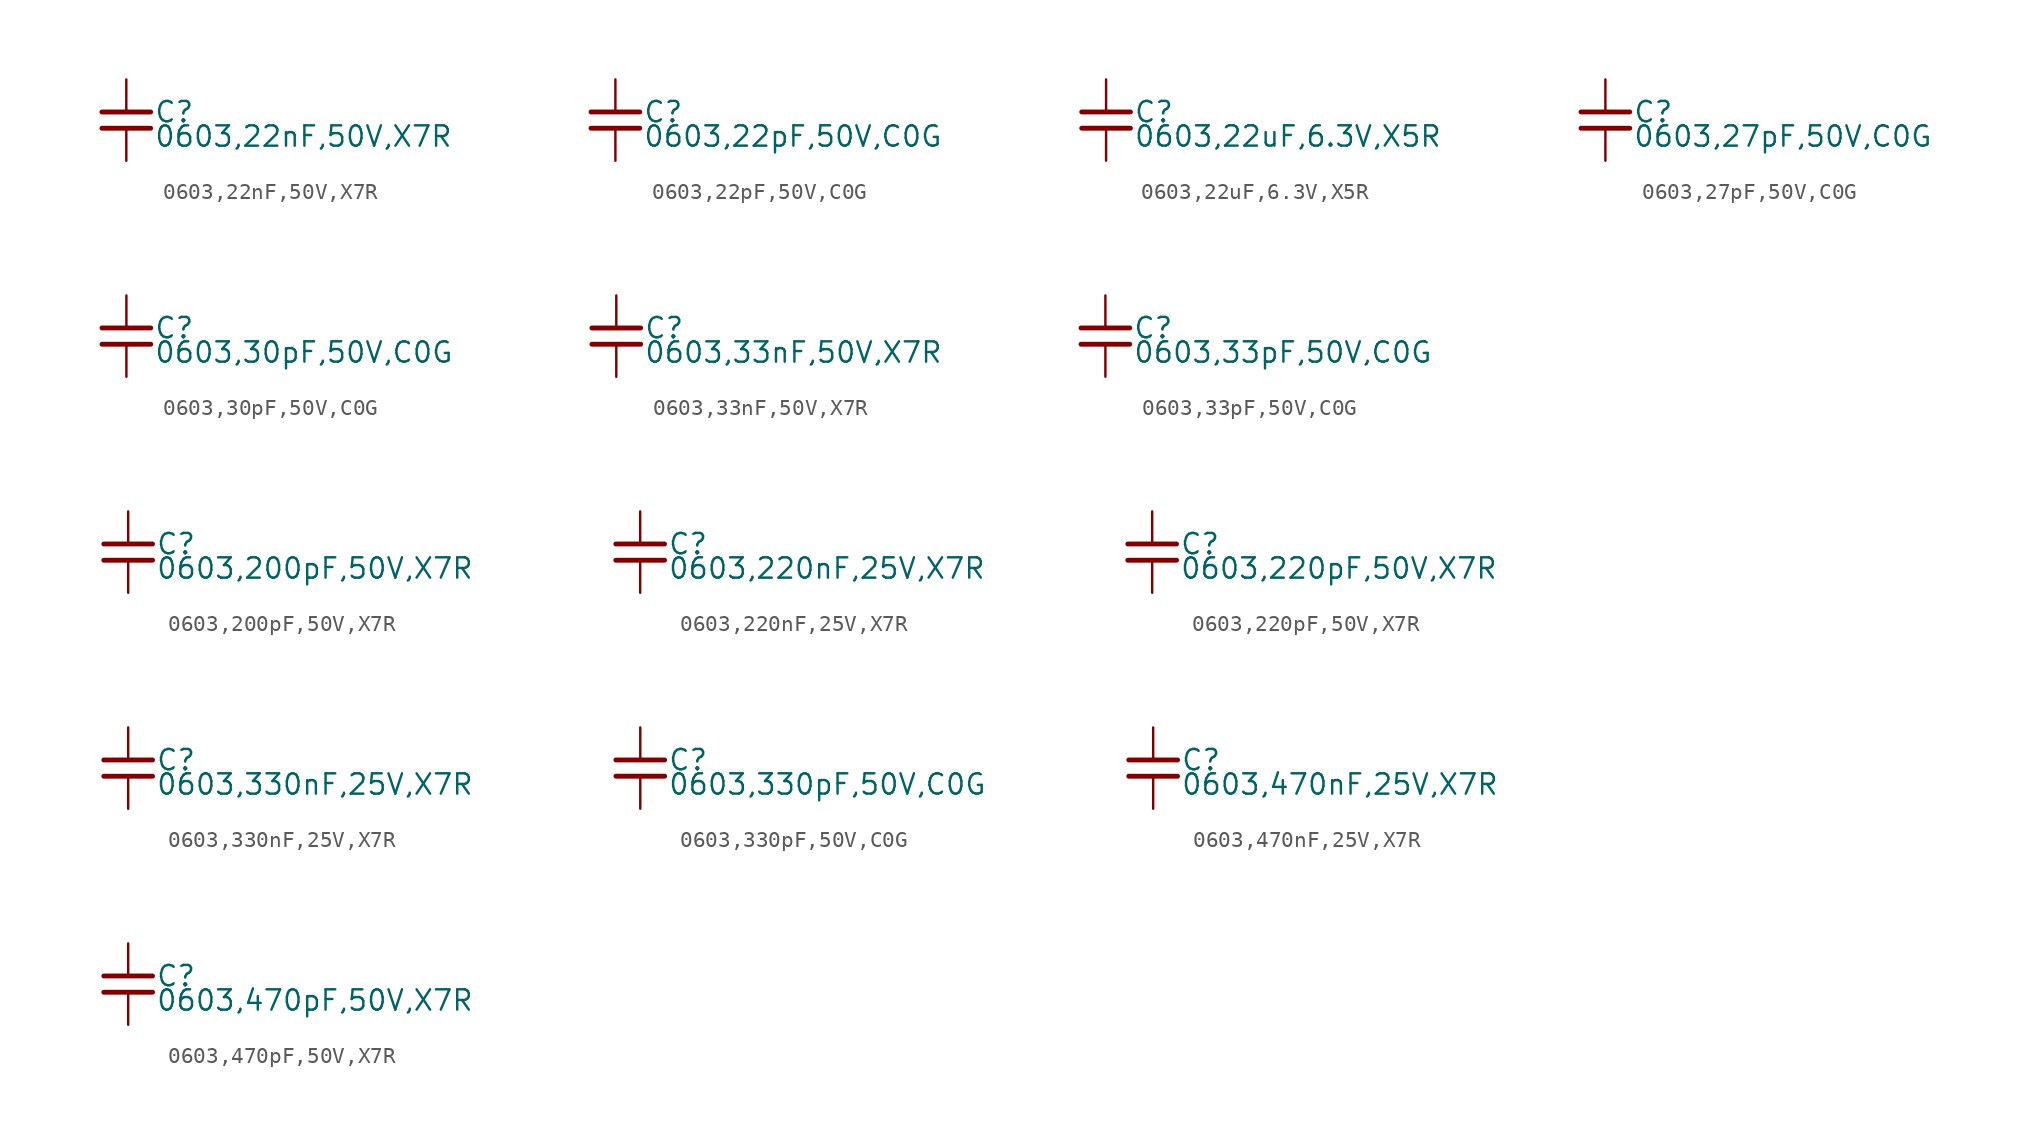
<source format=kicad_sym>
(kicad_symbol_lib
  (version 20231120)
  (generator "kicad_symbol_editor")
  (generator_version "8.0")
  (symbol "0603,22nF,50V,X7R "
    (property "Reference" "C"
      (at 1.71 0.508 0)
      (effects (font (size 1.27 1.27)) (justify left)))
    (property "Value" "0603,22nF,50V,X7R "
      (at 1.71 -1.016 0)
      (effects (font (size 1.27 1.27)) (justify left)))
    (property "ki_locked" ""
      (at 0 0 0)
      (effects (font (size 1.27 1.27))))
    (symbol "0603,22nF,50V,X7R _0_0"
      (polyline (pts (xy -1.524 -0.508) (xy 1.524 -0.508)) (stroke (width 0.305) (type default)) (fill (type none)))
      (polyline (pts (xy -1.524 0.508) (xy 1.524 0.508)) (stroke (width 0.305) (type default)) (fill (type none)))
      (pin passive line (at 0 2.54 270) (length 2.032) (name "~" (effects (font (size 0 0)))) (number "1" (effects (font (size 0 0)))))
      (pin passive line (at 0 -2.54 90) (length 2.032) (name "~" (effects (font (size 0 0)))) (number "2" (effects (font (size 0 0)))))))
  (symbol "0603,22pF,50V,C0G "
    (property "Reference" "C"
      (at 1.71 0.508 0)
      (effects (font (size 1.27 1.27)) (justify left)))
    (property "Value" "0603,22pF,50V,C0G "
      (at 1.71 -1.016 0)
      (effects (font (size 1.27 1.27)) (justify left)))
    (property "ki_locked" ""
      (at 0 0 0)
      (effects (font (size 1.27 1.27))))
    (symbol "0603,22pF,50V,C0G _0_0"
      (polyline (pts (xy -1.524 -0.508) (xy 1.524 -0.508)) (stroke (width 0.305) (type default)) (fill (type none)))
      (polyline (pts (xy -1.524 0.508) (xy 1.524 0.508)) (stroke (width 0.305) (type default)) (fill (type none)))
      (pin passive line (at 0 2.54 270) (length 2.032) (name "~" (effects (font (size 0 0)))) (number "1" (effects (font (size 0 0)))))
      (pin passive line (at 0 -2.54 90) (length 2.032) (name "~" (effects (font (size 0 0)))) (number "2" (effects (font (size 0 0)))))))
  (symbol "0603,22uF,6.3V,X5R "
    (property "Reference" "C"
      (at 1.71 0.508 0)
      (effects (font (size 1.27 1.27)) (justify left)))
    (property "Value" "0603,22uF,6.3V,X5R "
      (at 1.71 -1.016 0)
      (effects (font (size 1.27 1.27)) (justify left)))
    (property "ki_locked" ""
      (at 0 0 0)
      (effects (font (size 1.27 1.27))))
    (symbol "0603,22uF,6.3V,X5R _0_0"
      (polyline (pts (xy -1.524 -0.508) (xy 1.524 -0.508)) (stroke (width 0.305) (type default)) (fill (type none)))
      (polyline (pts (xy -1.524 0.508) (xy 1.524 0.508)) (stroke (width 0.305) (type default)) (fill (type none)))
      (pin passive line (at 0 2.54 270) (length 2.032) (name "~" (effects (font (size 0 0)))) (number "1" (effects (font (size 0 0)))))
      (pin passive line (at 0 -2.54 90) (length 2.032) (name "~" (effects (font (size 0 0)))) (number "2" (effects (font (size 0 0)))))))
  (symbol "0603,27pF,50V,C0G "
    (property "Reference" "C"
      (at 1.71 0.508 0)
      (effects (font (size 1.27 1.27)) (justify left)))
    (property "Value" "0603,27pF,50V,C0G "
      (at 1.71 -1.016 0)
      (effects (font (size 1.27 1.27)) (justify left)))
    (property "ki_locked" ""
      (at 0 0 0)
      (effects (font (size 1.27 1.27))))
    (symbol "0603,27pF,50V,C0G _0_0"
      (polyline (pts (xy -1.524 -0.508) (xy 1.524 -0.508)) (stroke (width 0.305) (type default)) (fill (type none)))
      (polyline (pts (xy -1.524 0.508) (xy 1.524 0.508)) (stroke (width 0.305) (type default)) (fill (type none)))
      (pin passive line (at 0 2.54 270) (length 2.032) (name "~" (effects (font (size 0 0)))) (number "1" (effects (font (size 0 0)))))
      (pin passive line (at 0 -2.54 90) (length 2.032) (name "~" (effects (font (size 0 0)))) (number "2" (effects (font (size 0 0)))))))
  (symbol "0603,30pF,50V,C0G "
    (property "Reference" "C"
      (at 1.71 0.508 0)
      (effects (font (size 1.27 1.27)) (justify left)))
    (property "Value" "0603,30pF,50V,C0G "
      (at 1.71 -1.016 0)
      (effects (font (size 1.27 1.27)) (justify left)))
    (property "ki_locked" ""
      (at 0 0 0)
      (effects (font (size 1.27 1.27))))
    (symbol "0603,30pF,50V,C0G _0_0"
      (polyline (pts (xy -1.524 -0.508) (xy 1.524 -0.508)) (stroke (width 0.305) (type default)) (fill (type none)))
      (polyline (pts (xy -1.524 0.508) (xy 1.524 0.508)) (stroke (width 0.305) (type default)) (fill (type none)))
      (pin passive line (at 0 2.54 270) (length 2.032) (name "~" (effects (font (size 0 0)))) (number "1" (effects (font (size 0 0)))))
      (pin passive line (at 0 -2.54 90) (length 2.032) (name "~" (effects (font (size 0 0)))) (number "2" (effects (font (size 0 0)))))))
  (symbol "0603,33nF,50V,X7R "
    (property "Reference" "C"
      (at 1.71 0.508 0)
      (effects (font (size 1.27 1.27)) (justify left)))
    (property "Value" "0603,33nF,50V,X7R "
      (at 1.71 -1.016 0)
      (effects (font (size 1.27 1.27)) (justify left)))
    (property "ki_locked" ""
      (at 0 0 0)
      (effects (font (size 1.27 1.27))))
    (symbol "0603,33nF,50V,X7R _0_0"
      (polyline (pts (xy -1.524 -0.508) (xy 1.524 -0.508)) (stroke (width 0.305) (type default)) (fill (type none)))
      (polyline (pts (xy -1.524 0.508) (xy 1.524 0.508)) (stroke (width 0.305) (type default)) (fill (type none)))
      (pin passive line (at 0 2.54 270) (length 2.032) (name "~" (effects (font (size 0 0)))) (number "1" (effects (font (size 0 0)))))
      (pin passive line (at 0 -2.54 90) (length 2.032) (name "~" (effects (font (size 0 0)))) (number "2" (effects (font (size 0 0)))))))
  (symbol "0603,33pF,50V,C0G "
    (property "Reference" "C"
      (at 1.71 0.508 0)
      (effects (font (size 1.27 1.27)) (justify left)))
    (property "Value" "0603,33pF,50V,C0G "
      (at 1.71 -1.016 0)
      (effects (font (size 1.27 1.27)) (justify left)))
    (property "ki_locked" ""
      (at 0 0 0)
      (effects (font (size 1.27 1.27))))
    (symbol "0603,33pF,50V,C0G _0_0"
      (polyline (pts (xy -1.524 -0.508) (xy 1.524 -0.508)) (stroke (width 0.305) (type default)) (fill (type none)))
      (polyline (pts (xy -1.524 0.508) (xy 1.524 0.508)) (stroke (width 0.305) (type default)) (fill (type none)))
      (pin passive line (at 0 2.54 270) (length 2.032) (name "~" (effects (font (size 0 0)))) (number "1" (effects (font (size 0 0)))))
      (pin passive line (at 0 -2.54 90) (length 2.032) (name "~" (effects (font (size 0 0)))) (number "2" (effects (font (size 0 0)))))))
  (symbol "0603,200pF,50V,X7R "
    (property "Reference" "C"
      (at 1.71 0.508 0)
      (effects (font (size 1.27 1.27)) (justify left)))
    (property "Value" "0603,200pF,50V,X7R "
      (at 1.71 -1.016 0)
      (effects (font (size 1.27 1.27)) (justify left)))
    (property "ki_locked" ""
      (at 0 0 0)
      (effects (font (size 1.27 1.27))))
    (symbol "0603,200pF,50V,X7R _0_0"
      (polyline (pts (xy -1.524 -0.508) (xy 1.524 -0.508)) (stroke (width 0.305) (type default)) (fill (type none)))
      (polyline (pts (xy -1.524 0.508) (xy 1.524 0.508)) (stroke (width 0.305) (type default)) (fill (type none)))
      (pin passive line (at 0 2.54 270) (length 2.032) (name "~" (effects (font (size 0 0)))) (number "1" (effects (font (size 0 0)))))
      (pin passive line (at 0 -2.54 90) (length 2.032) (name "~" (effects (font (size 0 0)))) (number "2" (effects (font (size 0 0)))))))
  (symbol "0603,220nF,25V,X7R "
    (property "Reference" "C"
      (at 1.71 0.508 0)
      (effects (font (size 1.27 1.27)) (justify left)))
    (property "Value" "0603,220nF,25V,X7R "
      (at 1.71 -1.016 0)
      (effects (font (size 1.27 1.27)) (justify left)))
    (property "ki_locked" ""
      (at 0 0 0)
      (effects (font (size 1.27 1.27))))
    (symbol "0603,220nF,25V,X7R _0_0"
      (polyline (pts (xy -1.524 -0.508) (xy 1.524 -0.508)) (stroke (width 0.305) (type default)) (fill (type none)))
      (polyline (pts (xy -1.524 0.508) (xy 1.524 0.508)) (stroke (width 0.305) (type default)) (fill (type none)))
      (pin passive line (at 0 2.54 270) (length 2.032) (name "~" (effects (font (size 0 0)))) (number "1" (effects (font (size 0 0)))))
      (pin passive line (at 0 -2.54 90) (length 2.032) (name "~" (effects (font (size 0 0)))) (number "2" (effects (font (size 0 0)))))))
  (symbol "0603,220pF,50V,X7R "
    (property "Reference" "C"
      (at 1.71 0.508 0)
      (effects (font (size 1.27 1.27)) (justify left)))
    (property "Value" "0603,220pF,50V,X7R "
      (at 1.71 -1.016 0)
      (effects (font (size 1.27 1.27)) (justify left)))
    (property "ki_locked" ""
      (at 0 0 0)
      (effects (font (size 1.27 1.27))))
    (symbol "0603,220pF,50V,X7R _0_0"
      (polyline (pts (xy -1.524 -0.508) (xy 1.524 -0.508)) (stroke (width 0.305) (type default)) (fill (type none)))
      (polyline (pts (xy -1.524 0.508) (xy 1.524 0.508)) (stroke (width 0.305) (type default)) (fill (type none)))
      (pin passive line (at 0 2.54 270) (length 2.032) (name "~" (effects (font (size 0 0)))) (number "1" (effects (font (size 0 0)))))
      (pin passive line (at 0 -2.54 90) (length 2.032) (name "~" (effects (font (size 0 0)))) (number "2" (effects (font (size 0 0)))))))
  (symbol "0603,330nF,25V,X7R "
    (property "Reference" "C"
      (at 1.71 0.508 0)
      (effects (font (size 1.27 1.27)) (justify left)))
    (property "Value" "0603,330nF,25V,X7R "
      (at 1.71 -1.016 0)
      (effects (font (size 1.27 1.27)) (justify left)))
    (property "ki_locked" ""
      (at 0 0 0)
      (effects (font (size 1.27 1.27))))
    (symbol "0603,330nF,25V,X7R _0_0"
      (polyline (pts (xy -1.524 -0.508) (xy 1.524 -0.508)) (stroke (width 0.305) (type default)) (fill (type none)))
      (polyline (pts (xy -1.524 0.508) (xy 1.524 0.508)) (stroke (width 0.305) (type default)) (fill (type none)))
      (pin passive line (at 0 2.54 270) (length 2.032) (name "~" (effects (font (size 0 0)))) (number "1" (effects (font (size 0 0)))))
      (pin passive line (at 0 -2.54 90) (length 2.032) (name "~" (effects (font (size 0 0)))) (number "2" (effects (font (size 0 0)))))))
  (symbol "0603,330pF,50V,C0G "
    (property "Reference" "C"
      (at 1.71 0.508 0)
      (effects (font (size 1.27 1.27)) (justify left)))
    (property "Value" "0603,330pF,50V,C0G "
      (at 1.71 -1.016 0)
      (effects (font (size 1.27 1.27)) (justify left)))
    (property "ki_locked" ""
      (at 0 0 0)
      (effects (font (size 1.27 1.27))))
    (symbol "0603,330pF,50V,C0G _0_0"
      (polyline (pts (xy -1.524 -0.508) (xy 1.524 -0.508)) (stroke (width 0.305) (type default)) (fill (type none)))
      (polyline (pts (xy -1.524 0.508) (xy 1.524 0.508)) (stroke (width 0.305) (type default)) (fill (type none)))
      (pin passive line (at 0 2.54 270) (length 2.032) (name "~" (effects (font (size 0 0)))) (number "1" (effects (font (size 0 0)))))
      (pin passive line (at 0 -2.54 90) (length 2.032) (name "~" (effects (font (size 0 0)))) (number "2" (effects (font (size 0 0)))))))
  (symbol "0603,470nF,25V,X7R "
    (property "Reference" "C"
      (at 1.71 0.508 0)
      (effects (font (size 1.27 1.27)) (justify left)))
    (property "Value" "0603,470nF,25V,X7R "
      (at 1.71 -1.016 0)
      (effects (font (size 1.27 1.27)) (justify left)))
    (property "ki_locked" ""
      (at 0 0 0)
      (effects (font (size 1.27 1.27))))
    (symbol "0603,470nF,25V,X7R _0_0"
      (polyline (pts (xy -1.524 -0.508) (xy 1.524 -0.508)) (stroke (width 0.305) (type default)) (fill (type none)))
      (polyline (pts (xy -1.524 0.508) (xy 1.524 0.508)) (stroke (width 0.305) (type default)) (fill (type none)))
      (pin passive line (at 0 2.54 270) (length 2.032) (name "~" (effects (font (size 0 0)))) (number "1" (effects (font (size 0 0)))))
      (pin passive line (at 0 -2.54 90) (length 2.032) (name "~" (effects (font (size 0 0)))) (number "2" (effects (font (size 0 0)))))))
  (symbol "0603,470pF,50V,X7R "
    (property "Reference" "C"
      (at 1.71 0.508 0)
      (effects (font (size 1.27 1.27)) (justify left)))
    (property "Value" "0603,470pF,50V,X7R "
      (at 1.71 -1.016 0)
      (effects (font (size 1.27 1.27)) (justify left)))
    (property "ki_locked" ""
      (at 0 0 0)
      (effects (font (size 1.27 1.27))))
    (symbol "0603,470pF,50V,X7R _0_0"
      (polyline (pts (xy -1.524 -0.508) (xy 1.524 -0.508)) (stroke (width 0.305) (type default)) (fill (type none)))
      (polyline (pts (xy -1.524 0.508) (xy 1.524 0.508)) (stroke (width 0.305) (type default)) (fill (type none)))
      (pin passive line (at 0 2.54 270) (length 2.032) (name "~" (effects (font (size 0 0)))) (number "1" (effects (font (size 0 0)))))
      (pin passive line (at 0 -2.54 90) (length 2.032) (name "~" (effects (font (size 0 0)))) (number "2" (effects (font (size 0 0))))))))
</source>
